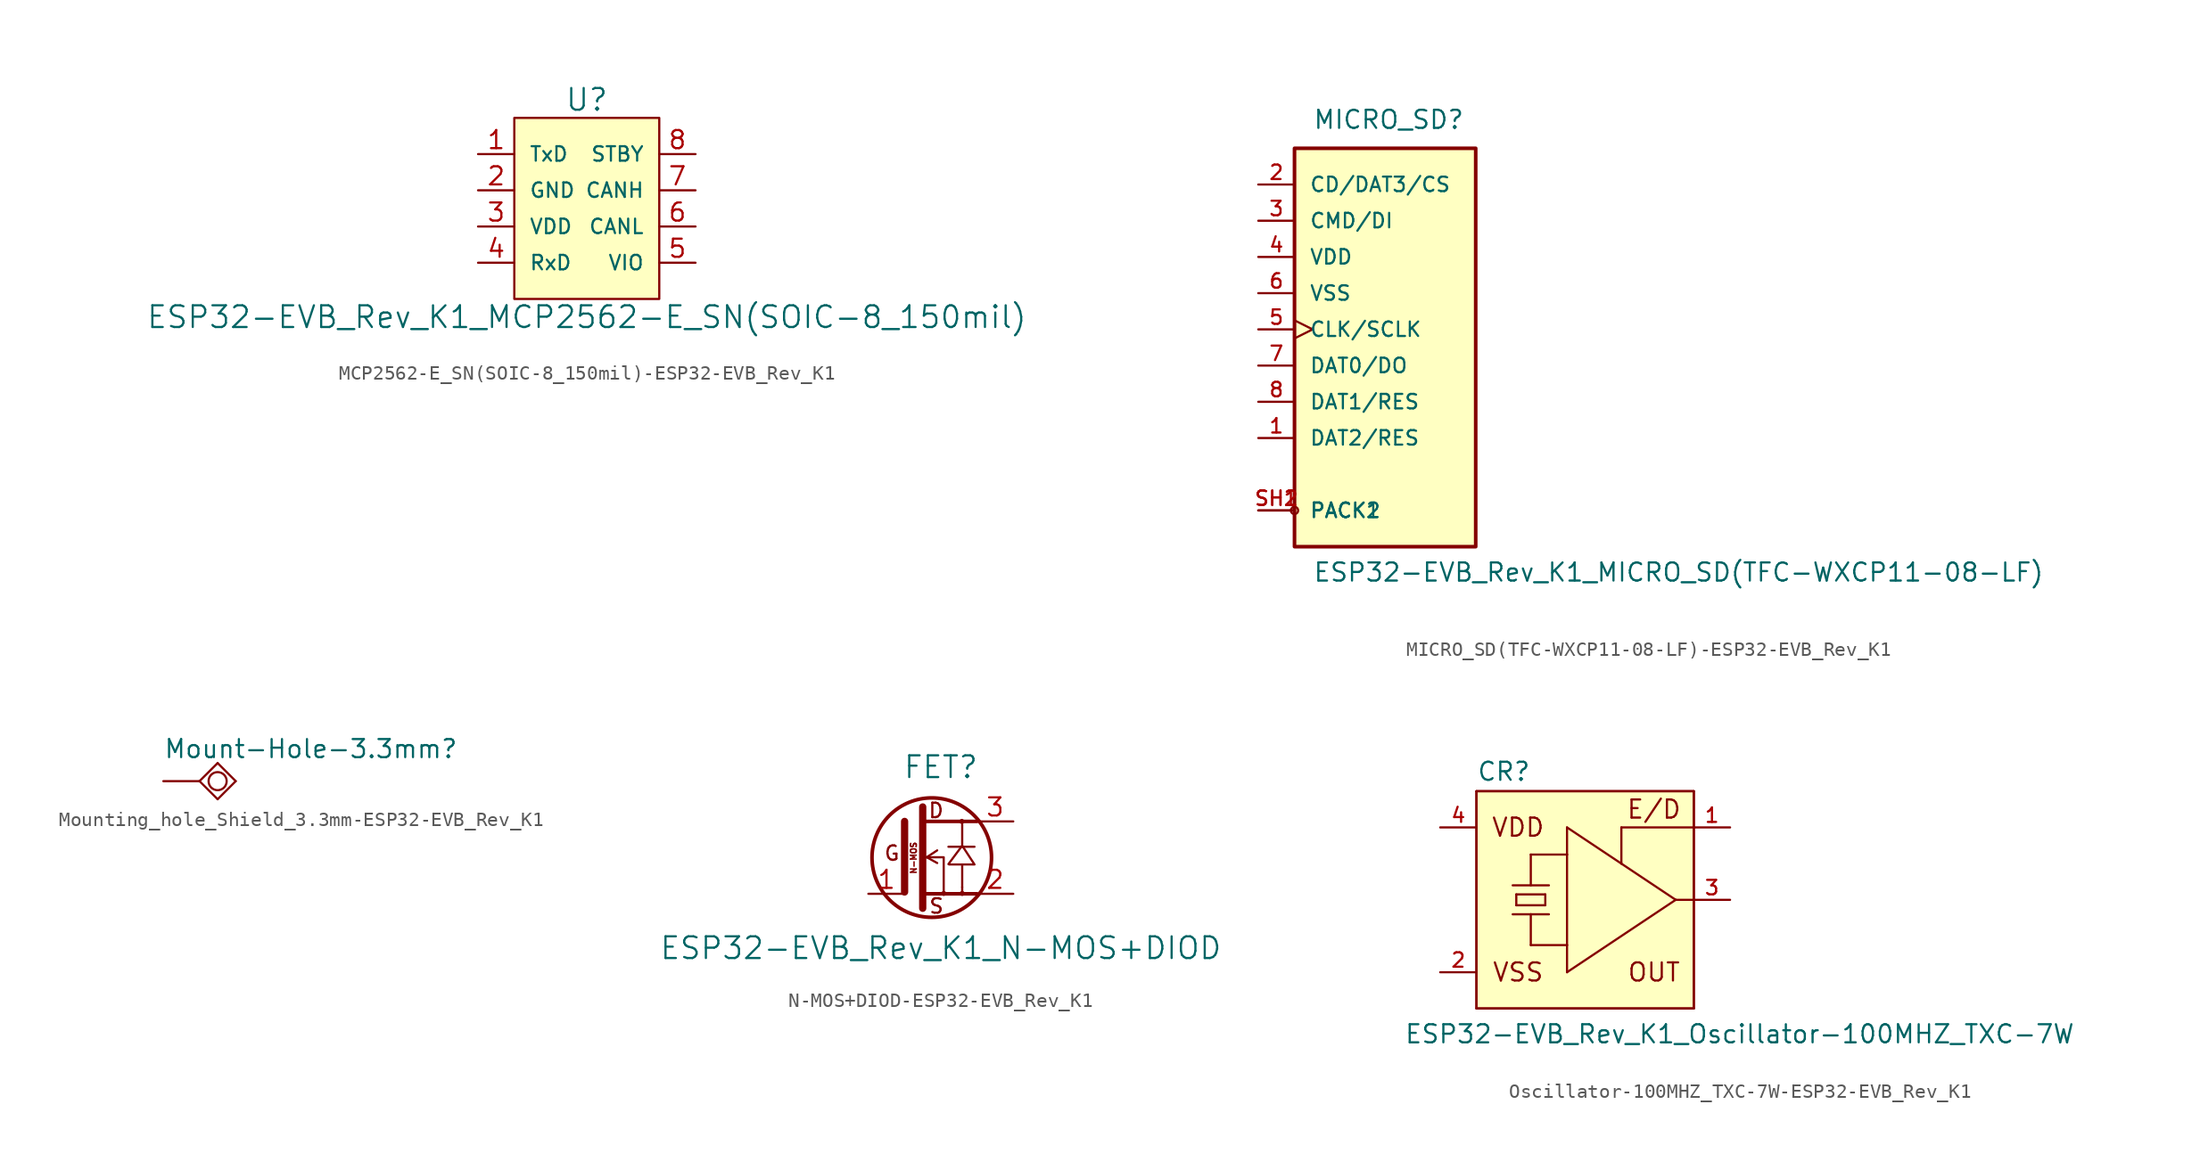
<source format=kicad_sym>
(kicad_symbol_lib
  (version 20231120)
  (generator "kicad_symbol_editor")
  (generator_version "8.0")
  (symbol "MCP2562-E_SN(SOIC-8_150mil)-ESP32-EVB_Rev_K1"
    (pin_names
      (offset 1.016))
    (property "Reference" "U"
      (at 0 6.35 0)
      (effects (font (size 1.524 1.524))))
    (property "Value" "ESP32-EVB_Rev_K1_MCP2562-E_SN(SOIC-8_150mil)"
      (at 0 -8.89 0)
      (effects (font (size 1.524 1.524))))
    (symbol "MCP2562-E_SN(SOIC-8_150mil)-ESP32-EVB_Rev_K1_1_1"
      (rectangle (start -5.08 5.08) (end 5.08 -7.62) (stroke (width 0) (type solid)) (fill (type background)))
      (pin input line (at -7.62 2.54 0) (length 2.54) (name "TxD" (effects (font (size 1.016 1.016)))) (number "1" (effects (font (size 1.27 1.27)))))
      (pin power_in line (at -7.62 0 0) (length 2.54) (name "GND" (effects (font (size 1.016 1.016)))) (number "2" (effects (font (size 1.27 1.27)))))
      (pin power_in line (at -7.62 -2.54 0) (length 2.54) (name "VDD" (effects (font (size 1.016 1.016)))) (number "3" (effects (font (size 1.27 1.27)))))
      (pin output line (at -7.62 -5.08 0) (length 2.54) (name "RxD" (effects (font (size 1.016 1.016)))) (number "4" (effects (font (size 1.27 1.27)))))
      (pin power_in line (at 7.62 -5.08 180) (length 2.54) (name "VIO" (effects (font (size 1.016 1.016)))) (number "5" (effects (font (size 1.27 1.27)))))
      (pin bidirectional line (at 7.62 -2.54 180) (length 2.54) (name "CANL" (effects (font (size 1.016 1.016)))) (number "6" (effects (font (size 1.27 1.27)))))
      (pin bidirectional line (at 7.62 0 180) (length 2.54) (name "CANH" (effects (font (size 1.016 1.016)))) (number "7" (effects (font (size 1.27 1.27)))))
      (pin input line (at 7.62 2.54 180) (length 2.54) (name "STBY" (effects (font (size 1.016 1.016)))) (number "8" (effects (font (size 1.27 1.27)))))))
  (symbol "MICRO_SD(TFC-WXCP11-08-LF)-ESP32-EVB_Rev_K1"
    (pin_names
      (offset 1.016))
    (property "Reference" "MICRO_SD"
      (at -8.89 13.97 0)
      (effects (font (size 1.27 1.27)) (justify left bottom)))
    (property "Value" "ESP32-EVB_Rev_K1_MICRO_SD(TFC-WXCP11-08-LF)"
      (at -8.89 -17.78 0)
      (effects (font (size 1.27 1.27)) (justify left bottom)))
    (property "Datasheet" ""
      (at 0 0 0)
      (effects (font (size 1.524 1.524))))
    (property "ki_locked" ""
      (at 0 0 0)
      (effects (font (size 1.27 1.27))))
    (symbol "MICRO_SD(TFC-WXCP11-08-LF)-ESP32-EVB_Rev_K1_0_1"
      (rectangle (start -10.16 12.7) (end 2.54 -15.24) (stroke (width 0.254) (type solid)) (fill (type background))))
    (symbol "MICRO_SD(TFC-WXCP11-08-LF)-ESP32-EVB_Rev_K1_1_1"
      (circle (center -10.16 -12.7) (radius 0.254) (stroke (width 0) (type solid)) (fill (type none)))
      (pin input line (at -12.7 -7.62 0) (length 2.54) (name "DAT2/RES" (effects (font (size 1.016 1.016)))) (number "1" (effects (font (size 1.016 1.016)))))
      (pin input line (at -12.7 10.16 0) (length 2.54) (name "CD/DAT3/CS" (effects (font (size 1.016 1.016)))) (number "2" (effects (font (size 1.016 1.016)))))
      (pin input line (at -12.7 7.62 0) (length 2.54) (name "CMD/DI" (effects (font (size 1.016 1.016)))) (number "3" (effects (font (size 1.016 1.016)))))
      (pin power_in line (at -12.7 5.08 0) (length 2.54) (name "VDD" (effects (font (size 1.016 1.016)))) (number "4" (effects (font (size 1.016 1.016)))))
      (pin input clock (at -12.7 0 0) (length 2.54) (name "CLK/SCLK" (effects (font (size 1.016 1.016)))) (number "5" (effects (font (size 1.016 1.016)))))
      (pin power_in line (at -12.7 2.54 0) (length 2.54) (name "VSS" (effects (font (size 1.016 1.016)))) (number "6" (effects (font (size 1.016 1.016)))))
      (pin output line (at -12.7 -2.54 0) (length 2.54) (name "DAT0/DO" (effects (font (size 1.016 1.016)))) (number "7" (effects (font (size 1.016 1.016)))))
      (pin input line (at -12.7 -5.08 0) (length 2.54) (name "DAT1/RES" (effects (font (size 1.016 1.016)))) (number "8" (effects (font (size 1.016 1.016)))))
      (pin input line (at -12.7 -12.7 0) (length 2.54) (name "PACK1" (effects (font (size 1.016 1.016)))) (number "SH1" (effects (font (size 1.016 1.016)))))
      (pin input line (at -12.7 -12.7 0) (length 2.54) (name "PACK2" (effects (font (size 1.016 1.016)))) (number "SH2" (effects (font (size 1.016 1.016)))))))
  (symbol "Mounting_hole_Shield_3.3mm-ESP32-EVB_Rev_K1"
    (pin_numbers hide)
    (pin_names
      (offset 0) hide)
    (property "Reference" "Mount-Hole-3.3mm"
      (at -2.54 1.524 0)
      (effects (font (size 1.27 1.27)) (justify left bottom)))
    (property "Datasheet" ""
      (at 0 0 90)
      (effects (font (size 1.524 1.524))))
    (symbol "Mounting_hole_Shield_3.3mm-ESP32-EVB_Rev_K1_1_0"
      (polyline (pts (xy 0 0) (xy 1.27 -1.27)) (stroke (width 0) (type solid)) (fill (type none)))
      (polyline (pts (xy 1.27 -1.27) (xy 2.54 0)) (stroke (width 0) (type solid)) (fill (type none)))
      (polyline (pts (xy 1.27 1.27) (xy 0 0)) (stroke (width 0) (type solid)) (fill (type none)))
      (polyline (pts (xy 2.54 0) (xy 1.27 1.27)) (stroke (width 0) (type solid)) (fill (type none))))
    (symbol "Mounting_hole_Shield_3.3mm-ESP32-EVB_Rev_K1_1_1"
      (circle (center 1.27 0) (radius 0.635) (stroke (width 0) (type solid)) (fill (type none)))
      (pin passive line (at -2.54 0 0) (length 2.54) (name "GND1" (effects (font (size 1.016 1.016)))) (number "GND1" (effects (font (size 1.016 1.016)))))))
  (symbol "N-MOS+DIOD-ESP32-EVB_Rev_K1"
    (pin_names
      (offset 1.016) hide)
    (property "Reference" "FET"
      (at 0 6.35 0)
      (effects (font (size 1.524 1.524))))
    (property "Value" "ESP32-EVB_Rev_K1_N-MOS+DIOD"
      (at 0 -6.35 0)
      (effects (font (size 1.524 1.524))))
    (property "Footprint" ""
      (at -1.27 0 90)
      (effects (font (size 1.524 1.524))))
    (property "Datasheet" ""
      (at -1.27 0 90)
      (effects (font (size 1.524 1.524))))
    (symbol "N-MOS+DIOD-ESP32-EVB_Rev_K1_0_0"
      (circle (center -0.635 0) (radius 4.191) (stroke (width 0.254) (type solid)) (fill (type none)))
      (polyline (pts (xy -2.54 -2.413) (xy -2.54 2.54)) (stroke (width 0.508) (type solid)) (fill (type none)))
      (polyline (pts (xy -1.27 3.556) (xy -1.27 -3.556)) (stroke (width 0.508) (type solid)) (fill (type none)))
      (polyline (pts (xy -0.254 0.508) (xy -0.991 0.025)) (stroke (width 0) (type solid)) (fill (type none)))
      (polyline (pts (xy 0.533 0.762) (xy 2.362 0.762)) (stroke (width 0) (type solid)) (fill (type none)))
      (polyline (pts (xy 1.499 -2.083) (xy 1.499 -2.489)) (stroke (width 0) (type solid)) (fill (type none)))
      (polyline (pts (xy 1.499 0.813) (xy 1.499 2.54)) (stroke (width 0) (type solid)) (fill (type none)))
      (polyline (pts (xy 2.54 -2.54) (xy -1.27 -2.54)) (stroke (width 0.254) (type solid)) (fill (type none)))
      (polyline (pts (xy 2.54 2.54) (xy -1.27 2.54)) (stroke (width 0.254) (type solid)) (fill (type none)))
      (polyline (pts (xy -1.27 0.025) (xy 0.203 0.025) (xy 0.203 -2.515)) (stroke (width 0) (type solid)) (fill (type none)))
      (polyline (pts (xy -0.254 -0.381) (xy -0.991 0.025) (xy -0.94 0)) (stroke (width 0) (type solid)) (fill (type none)))
      (polyline (pts (xy 1.499 -2.083) (xy 1.499 -0.483) (xy 0.584 -0.483) (xy 2.362 -0.483) (xy 1.499 0.838) (xy 0.533 -0.457)) (stroke (width 0) (type solid)) (fill (type none)))
      (circle (center 0.203 -2.515) (radius 0.102) (stroke (width 0) (type solid)) (fill (type none)))
      (circle (center 1.473 2.54) (radius 0.102) (stroke (width 0) (type solid)) (fill (type none)))
      (circle (center 1.499 -2.515) (radius 0.102) (stroke (width 0) (type solid)) (fill (type none)))
      (text "D" (at -0.33 3.302 0) (effects (font (size 1.016 1.016))))
      (text "G" (at -3.429 0.305 0) (effects (font (size 1.016 1.016))))
      (text "N-MOS" (at -1.905 -0.025 900) (effects (font (size 0.406 0.406))))
      (text "S" (at -0.305 -3.404 0) (effects (font (size 1.016 1.016)))))
    (symbol "N-MOS+DIOD-ESP32-EVB_Rev_K1_1_1"
      (pin input line (at -5.08 -2.54 0) (length 2.54) (name "G" (effects (font (size 1.27 1.27)))) (number "1" (effects (font (size 1.27 1.27)))))
      (pin passive line (at 5.08 -2.54 180) (length 2.54) (name "S" (effects (font (size 1.27 1.27)))) (number "2" (effects (font (size 1.27 1.27)))))
      (pin passive line (at 5.08 2.54 180) (length 2.54) (name "D" (effects (font (size 1.27 1.27)))) (number "3" (effects (font (size 1.27 1.27)))))))
  (symbol "Oscillator-100MHZ_TXC-7W-ESP32-EVB_Rev_K1"
    (pin_names
      (offset 0) hide)
    (property "Reference" "CR"
      (at -7.62 8.255 0)
      (effects (font (size 1.27 1.27)) (justify left bottom)))
    (property "Value" "ESP32-EVB_Rev_K1_Oscillator-100MHZ_TXC-7W"
      (at -12.7 -10.16 0)
      (effects (font (size 1.27 1.27)) (justify left bottom)))
    (property "Datasheet" ""
      (at 0 0 0)
      (effects (font (size 1.524 1.524))))
    (symbol "Oscillator-100MHZ_TXC-7W-ESP32-EVB_Rev_K1_1_0"
      (rectangle (start -7.62 7.62) (end 7.62 -7.62) (stroke (width 0) (type solid)) (fill (type background)))
      (polyline (pts (xy -7.62 7.62) (xy -7.62 -7.62)) (stroke (width 0) (type solid)) (fill (type none)))
      (polyline (pts (xy -7.62 7.62) (xy 7.62 7.62)) (stroke (width 0) (type solid)) (fill (type background)))
      (polyline (pts (xy -5.08 -1.016) (xy -3.81 -1.016)) (stroke (width 0) (type solid)) (fill (type none)))
      (polyline (pts (xy -5.08 1.016) (xy -2.54 1.016)) (stroke (width 0) (type solid)) (fill (type none)))
      (polyline (pts (xy -4.826 -0.381) (xy -4.826 0.381)) (stroke (width 0) (type solid)) (fill (type none)))
      (polyline (pts (xy -4.826 -0.381) (xy -2.794 -0.381)) (stroke (width 0) (type solid)) (fill (type none)))
      (polyline (pts (xy -4.826 0.381) (xy -2.794 0.381)) (stroke (width 0) (type solid)) (fill (type none)))
      (polyline (pts (xy -3.81 -3.175) (xy -3.81 -1.016)) (stroke (width 0) (type solid)) (fill (type none)))
      (polyline (pts (xy -3.81 -3.175) (xy -1.27 -3.175)) (stroke (width 0) (type solid)) (fill (type none)))
      (polyline (pts (xy -3.81 -1.016) (xy -2.54 -1.016)) (stroke (width 0) (type solid)) (fill (type none)))
      (polyline (pts (xy -3.81 1.016) (xy -3.81 3.175)) (stroke (width 0) (type solid)) (fill (type none)))
      (polyline (pts (xy -3.81 3.175) (xy -1.27 3.175)) (stroke (width 0) (type solid)) (fill (type none)))
      (polyline (pts (xy -2.794 0.381) (xy -2.794 -0.381)) (stroke (width 0) (type solid)) (fill (type none)))
      (polyline (pts (xy -1.27 -5.08) (xy -1.27 -3.175)) (stroke (width 0) (type solid)) (fill (type none)))
      (polyline (pts (xy -1.27 -3.175) (xy -1.27 3.175)) (stroke (width 0) (type solid)) (fill (type none)))
      (polyline (pts (xy -1.27 3.175) (xy -1.27 5.08)) (stroke (width 0) (type solid)) (fill (type none)))
      (polyline (pts (xy -1.27 5.08) (xy 2.54 2.54)) (stroke (width 0) (type solid)) (fill (type none)))
      (polyline (pts (xy 2.54 2.54) (xy 6.35 0)) (stroke (width 0) (type solid)) (fill (type none)))
      (polyline (pts (xy 2.54 5.08) (xy 2.54 2.54)) (stroke (width 0) (type solid)) (fill (type none)))
      (polyline (pts (xy 6.35 0) (xy -1.27 -5.08)) (stroke (width 0) (type solid)) (fill (type none)))
      (polyline (pts (xy 6.35 0) (xy 7.62 0)) (stroke (width 0) (type solid)) (fill (type none)))
      (polyline (pts (xy 7.62 -7.62) (xy -7.62 -7.62)) (stroke (width 0) (type solid)) (fill (type none)))
      (polyline (pts (xy 7.62 -7.62) (xy 7.62 0)) (stroke (width 0) (type solid)) (fill (type none)))
      (polyline (pts (xy 7.62 0) (xy 7.62 5.08)) (stroke (width 0) (type solid)) (fill (type none)))
      (polyline (pts (xy 7.62 5.08) (xy 2.54 5.08)) (stroke (width 0) (type solid)) (fill (type none)))
      (polyline (pts (xy 7.62 5.08) (xy 7.62 7.62)) (stroke (width 0) (type solid)) (fill (type none)))
      (text "E/D" (at 4.826 6.35 0) (effects (font (size 1.27 1.27))))
      (text "OUT" (at 4.826 -5.08 0) (effects (font (size 1.27 1.27))))
      (text "VDD" (at -4.699 5.08 0) (effects (font (size 1.27 1.27))))
      (text "VSS" (at -4.699 -5.08 0) (effects (font (size 1.27 1.27)))))
    (symbol "Oscillator-100MHZ_TXC-7W-ESP32-EVB_Rev_K1_1_1"
      (pin input line (at 10.16 5.08 180) (length 2.54) (name "E/D" (effects (font (size 1.016 1.016)))) (number "1" (effects (font (size 1.016 1.016)))))
      (pin power_in line (at -10.16 -5.08 0) (length 2.54) (name "VSS" (effects (font (size 1.016 1.016)))) (number "2" (effects (font (size 1.016 1.016)))))
      (pin output line (at 10.16 0 180) (length 2.54) (name "OUT" (effects (font (size 1.016 1.016)))) (number "3" (effects (font (size 1.016 1.016)))))
      (pin power_in line (at -10.16 5.08 0) (length 2.54) (name "VDD" (effects (font (size 1.016 1.016)))) (number "4" (effects (font (size 1.016 1.016))))))))
</source>
